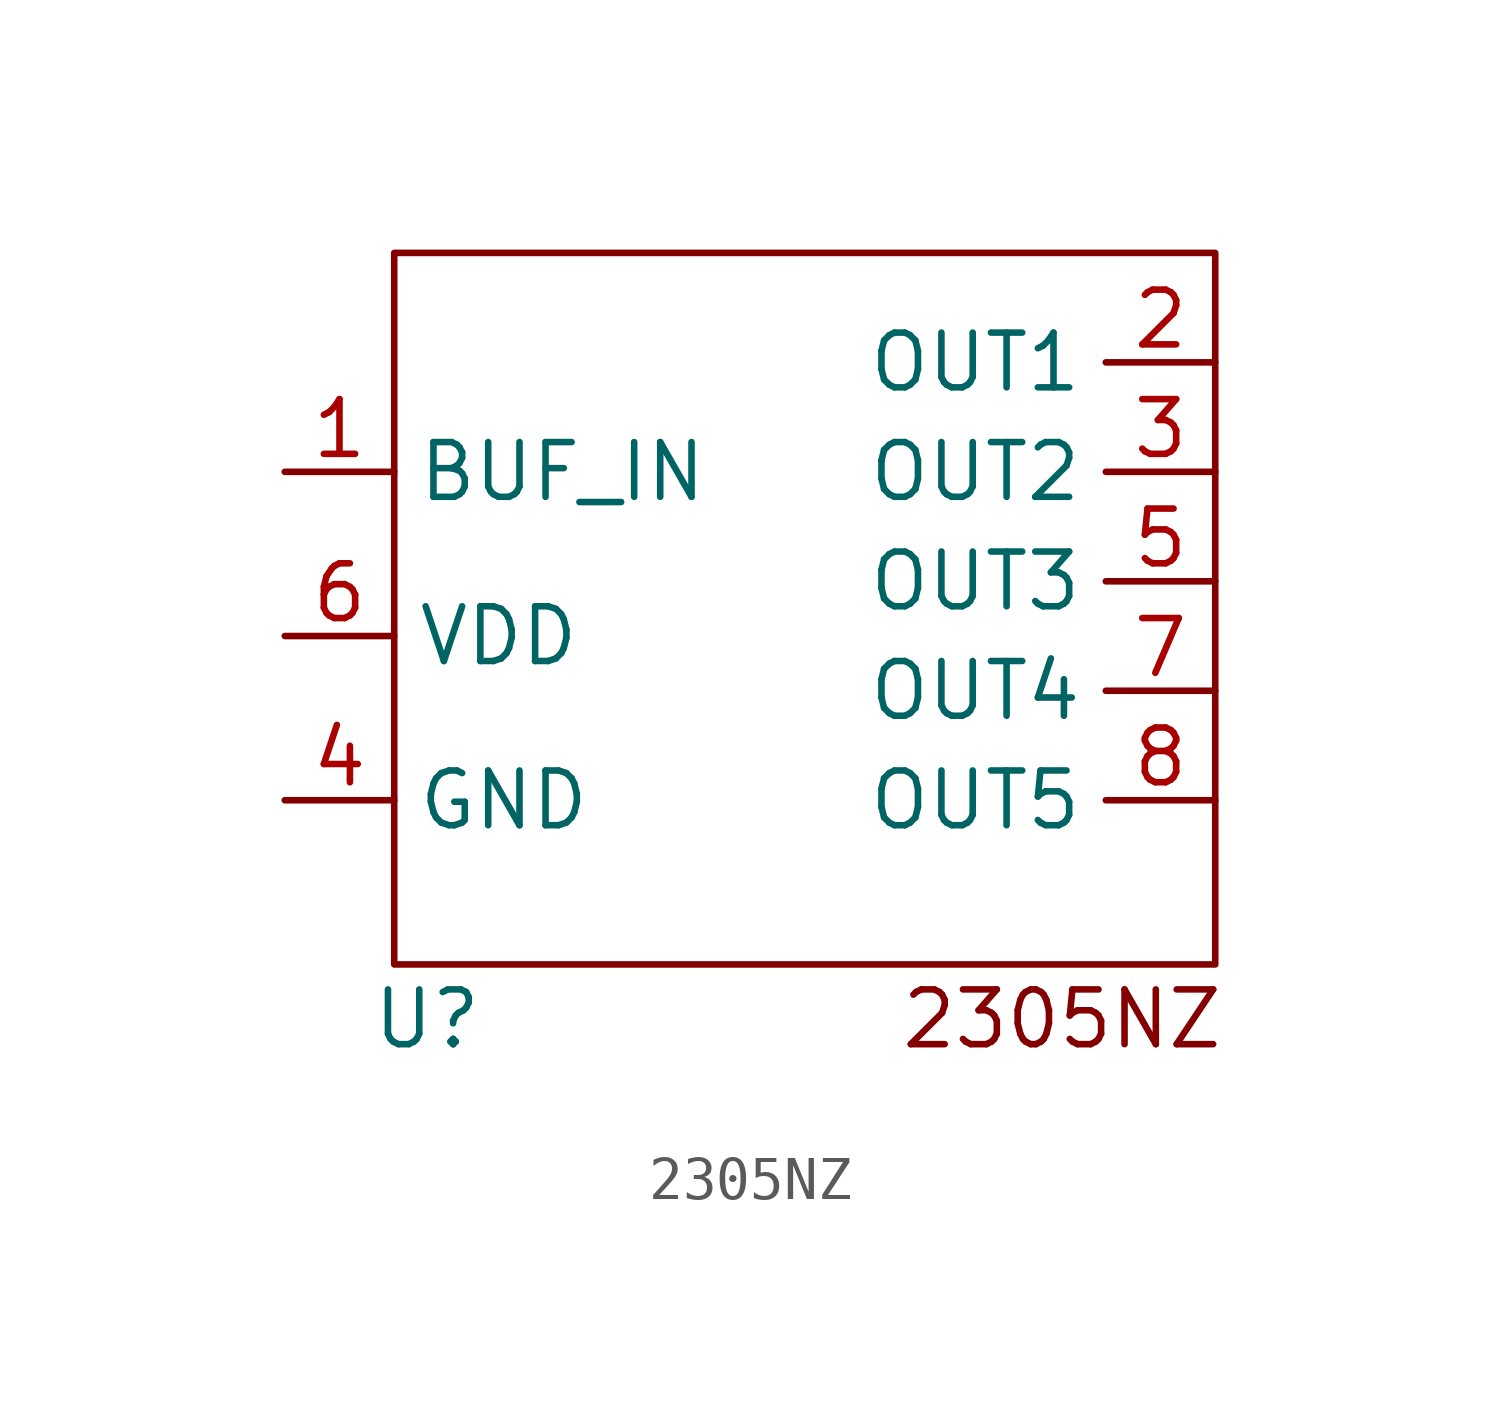
<source format=kicad_sym>
(kicad_symbol_lib
  (version 20231120)
  (generator "kicad_symbol_editor")
  (generator_version "8.0")
  (symbol "2305NZ"
    (property "Reference" "U"
      (at -4.318 0 0)
      (effects (font (size 1.27 1.27))))
    (property "Value" ""
      (at 0 0 0)
      (effects (font (size 1.27 1.27))))
    (symbol "2305NZ_0_1"
      (rectangle (start -5.08 17.78) (end 13.97 1.27) (stroke (width 0) (type default)) (fill (type none))))
    (symbol "2305NZ_1_1"
      (text "2305NZ" (at 10.414 0 0) (effects (font (size 1.27 1.27))))
      (pin input line (at -7.62 12.7 0) (length 2.54) (name "BUF_IN" (effects (font (size 1.27 1.27)))) (number "1" (effects (font (size 1.27 1.27)))))
      (pin output line (at 13.97 15.24 180) (length 2.54) (name "OUT1" (effects (font (size 1.27 1.27)))) (number "2" (effects (font (size 1.27 1.27)))))
      (pin output line (at 13.97 12.7 180) (length 2.54) (name "OUT2" (effects (font (size 1.27 1.27)))) (number "3" (effects (font (size 1.27 1.27)))))
      (pin power_in line (at -7.62 5.08 0) (length 2.54) (name "GND" (effects (font (size 1.27 1.27)))) (number "4" (effects (font (size 1.27 1.27)))))
      (pin output line (at 13.97 10.16 180) (length 2.54) (name "OUT3" (effects (font (size 1.27 1.27)))) (number "5" (effects (font (size 1.27 1.27)))))
      (pin power_in line (at -7.62 8.89 0) (length 2.54) (name "VDD" (effects (font (size 1.27 1.27)))) (number "6" (effects (font (size 1.27 1.27)))))
      (pin output line (at 13.97 7.62 180) (length 2.54) (name "OUT4" (effects (font (size 1.27 1.27)))) (number "7" (effects (font (size 1.27 1.27)))))
      (pin output line (at 13.97 5.08 180) (length 2.54) (name "OUT5" (effects (font (size 1.27 1.27)))) (number "8" (effects (font (size 1.27 1.27))))))))
</source>
